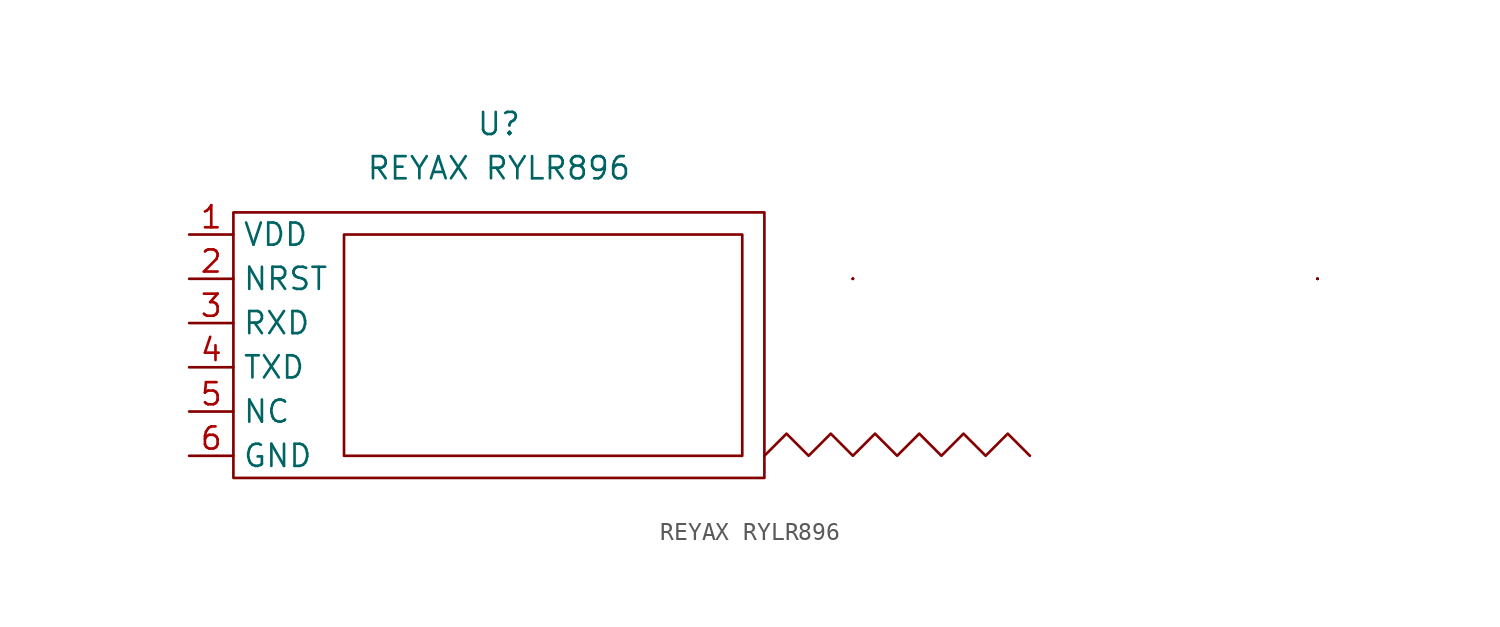
<source format=kicad_sym>
(kicad_symbol_lib
  (version 20211014)
  (generator kicad_symbol_editor)
  (symbol "REYAX RYLR896"
    (property "Reference" "U"
      (at 0 12.7 0)
      (effects (font (size 1.27 1.27))))
    (property "Value" "REYAX RYLR896"
      (at 0 10.16 0)
      (effects (font (size 1.27 1.27))))
    (symbol "REYAX RYLR896_0_0"
      (rectangle (start 20.32 3.81) (end 20.32 3.81) (stroke (width 0) (type default) (color 0 0 0 0)) (fill (type none)))
      (rectangle (start 20.32 3.81) (end 20.32 3.81) (stroke (width 0) (type default) (color 0 0 0 0)) (fill (type none)))
      (rectangle (start 20.32 3.81) (end 20.32 3.81) (stroke (width 0) (type default) (color 0 0 0 0)) (fill (type none)))
      (rectangle (start 20.32 3.81) (end 20.32 3.81) (stroke (width 0) (type default) (color 0 0 0 0)) (fill (type none)))
      (rectangle (start 20.32 3.81) (end 20.32 3.81) (stroke (width 0) (type default) (color 0 0 0 0)) (fill (type none))))
    (symbol "REYAX RYLR896_0_1"
      (rectangle (start -15.24 7.62) (end 15.24 -7.62) (stroke (width 0) (type default) (color 0 0 0 0)) (fill (type none)))
      (rectangle (start -8.89 6.35) (end 13.97 -6.35) (stroke (width 0) (type default) (color 0 0 0 0)) (fill (type none)))
      (polyline (pts (xy 15.24 -6.35) (xy 16.51 -5.08) (xy 17.78 -6.35) (xy 19.05 -5.08) (xy 20.32 -6.35) (xy 21.59 -5.08) (xy 22.86 -6.35) (xy 24.13 -5.08) (xy 25.4 -6.35) (xy 26.67 -5.08) (xy 27.94 -6.35) (xy 29.21 -5.08) (xy 30.48 -6.35)) (stroke (width 0) (type default) (color 0 0 0 0)) (fill (type none)))
      (rectangle (start 46.99 3.81) (end 46.99 3.81) (stroke (width 0) (type default) (color 0 0 0 0)) (fill (type none)))
      (rectangle (start 46.99 3.81) (end 46.99 3.81) (stroke (width 0) (type default) (color 0 0 0 0)) (fill (type none)))
      (rectangle (start 46.99 3.81) (end 46.99 3.81) (stroke (width 0) (type default) (color 0 0 0 0)) (fill (type none)))
      (rectangle (start 46.99 3.81) (end 46.99 3.81) (stroke (width 0) (type default) (color 0 0 0 0)) (fill (type none)))
      (rectangle (start 46.99 3.81) (end 46.99 3.81) (stroke (width 0) (type default) (color 0 0 0 0)) (fill (type none))))
    (symbol "REYAX RYLR896_1_1"
      (pin input line (at -17.78 6.35 0) (length 2.54) (name "VDD" (effects (font (size 1.27 1.27)))) (number "1" (effects (font (size 1.27 1.27)))))
      (pin input line (at -17.78 3.81 0) (length 2.54) (name "NRST" (effects (font (size 1.27 1.27)))) (number "2" (effects (font (size 1.27 1.27)))))
      (pin input line (at -17.78 1.27 0) (length 2.54) (name "RXD" (effects (font (size 1.27 1.27)))) (number "3" (effects (font (size 1.27 1.27)))))
      (pin output line (at -17.78 -1.27 0) (length 2.54) (name "TXD" (effects (font (size 1.27 1.27)))) (number "4" (effects (font (size 1.27 1.27)))))
      (pin passive line (at -17.78 -3.81 0) (length 2.54) (name "NC" (effects (font (size 1.27 1.27)))) (number "5" (effects (font (size 1.27 1.27)))))
      (pin passive line (at -17.78 -6.35 0) (length 2.54) (name "GND" (effects (font (size 1.27 1.27)))) (number "6" (effects (font (size 1.27 1.27))))))))
</source>
